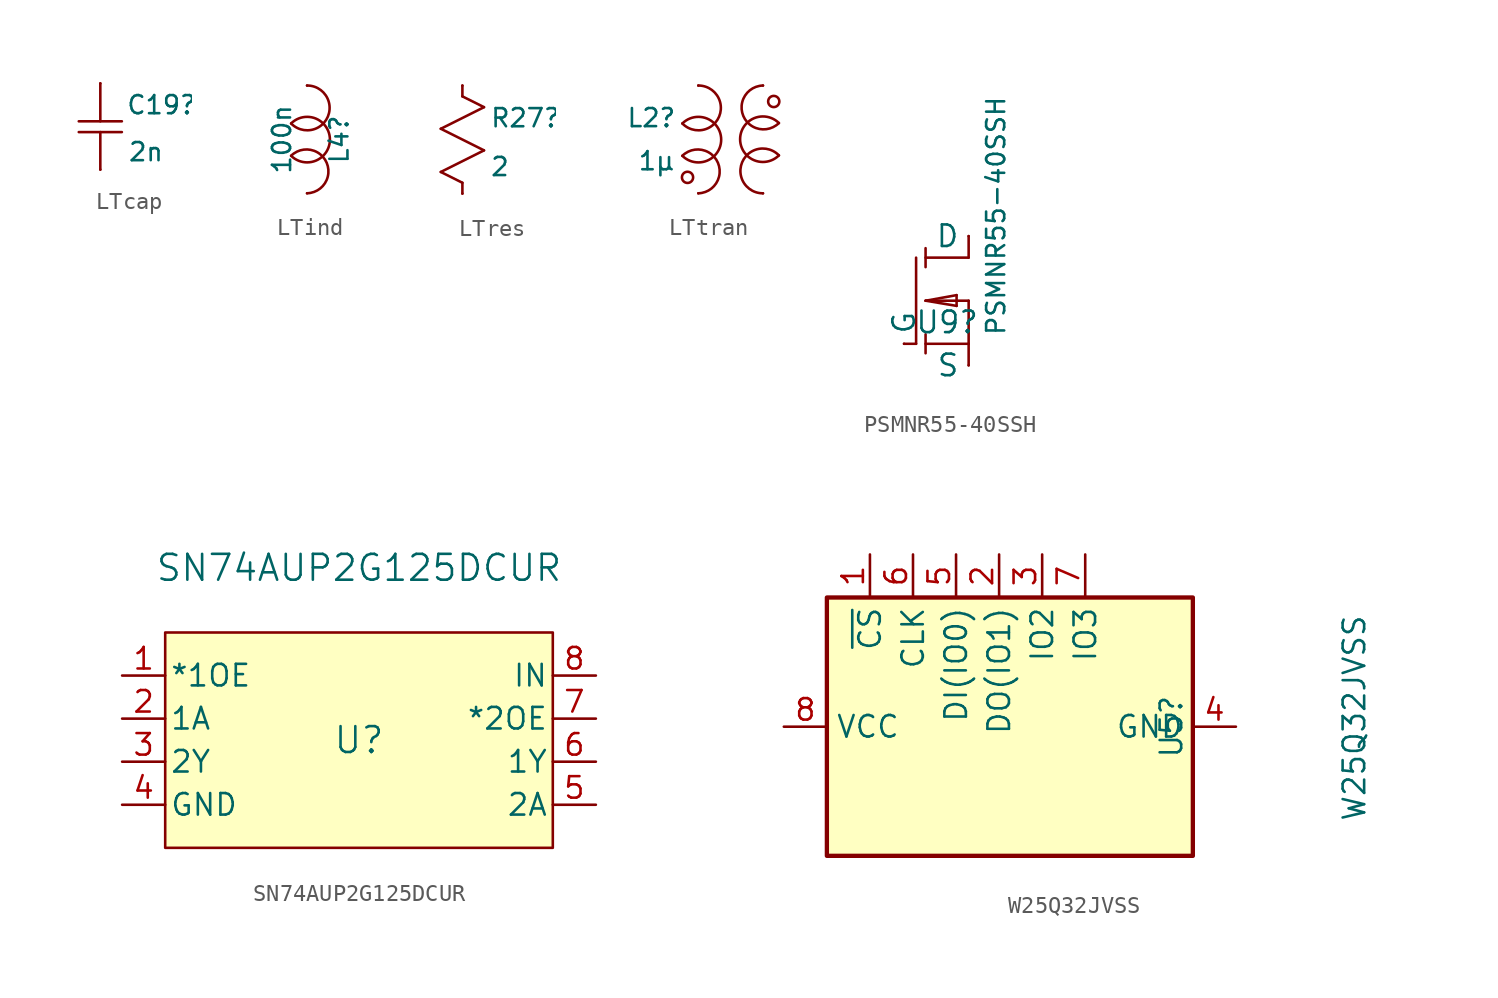
<source format=kicad_sym>
(kicad_symbol_lib
  (version 20231120)
  (generator "kicad_symbol_editor")
  (generator_version "8.0")
  (symbol "LTcap"
    (pin_numbers hide)
    (property "Reference" "C19"
      (at 2.769 -1.27 0)
      (effects (font (size 1.067 1.067)) (justify left)))
    (property "Value" "2n"
      (at 2.87 -4.039 0)
      (effects (font (size 1.067 1.067)) (justify left)))
    (symbol "LTcap_0_0"
      (polyline (pts (xy 1.27 -5.08) (xy 1.27 -2.87)) (stroke (width 0.152) (type solid)) (fill (type none)))
      (polyline (pts (xy 1.27 0) (xy 1.27 -2.235)) (stroke (width 0.152) (type solid)) (fill (type none)))
      (polyline (pts (xy 2.54 -2.87) (xy 0 -2.87)) (stroke (width 0.152) (type solid)) (fill (type none)))
      (polyline (pts (xy 2.54 -2.235) (xy 0 -2.235)) (stroke (width 0.152) (type solid)) (fill (type none)))
      (pin passive line (at 1.27 0 0) (length 0.001) (name "" (effects (font (size 1.27 1.27)))) (number "1" (effects (font (size 1.27 1.27)))))
      (pin passive line (at 1.27 -5.08 0) (length 0.001) (name "" (effects (font (size 1.27 1.27)))) (number "2" (effects (font (size 1.27 1.27)))))))
  (symbol "LTind"
    (pin_numbers hide)
    (property "Reference" "L4"
      (at 2.54 -4.445 90)
      (effects (font (size 1.067 1.067)) (justify top)))
    (property "Value" "100n"
      (at 0.406 -4.445 90)
      (effects (font (size 1.067 1.067)) (justify bottom)))
    (symbol "LTind_0_0"
      (arc (start 0.3302 -5.4102) (mid 2.6171 -4.436) (end 0.3302 -3.5052) (stroke (width 0.1524) (type solid)) (fill (type none)))
      (arc (start 0.3302 -3.5052) (mid 2.518 -3.0472) (end 1.27 -1.27) (stroke (width 0.1524) (type solid)) (fill (type none)))
      (arc (start 1.27 -7.62) (mid 2.4433 -5.864) (end 0.3302 -5.4102) (stroke (width 0.1524) (type solid)) (fill (type none)))
      (pin passive line (at 1.27 -1.27 0) (length 0.001) (name "" (effects (font (size 1.27 1.27)))) (number "1" (effects (font (size 1.27 1.27)))))
      (pin passive line (at 1.27 -7.62 0) (length 0.001) (name "" (effects (font (size 1.27 1.27)))) (number "2" (effects (font (size 1.27 1.27)))))))
  (symbol "LTres"
    (pin_numbers hide)
    (property "Reference" "R27"
      (at 2.87 -3.175 0)
      (effects (font (size 1.067 1.067)) (justify left)))
    (property "Value" "2"
      (at 2.87 -6.045 0)
      (effects (font (size 1.067 1.067)) (justify left)))
    (symbol "LTres_0_0"
      (polyline (pts (xy 0 -6.35) (xy 2.54 -5.08)) (stroke (width 0.152) (type solid)) (fill (type none)))
      (polyline (pts (xy 0 -3.81) (xy 2.54 -2.54)) (stroke (width 0.152) (type solid)) (fill (type none)))
      (polyline (pts (xy 1.27 -7.62) (xy 1.27 -6.985)) (stroke (width 0.152) (type solid)) (fill (type none)))
      (polyline (pts (xy 1.27 -6.985) (xy 0 -6.35)) (stroke (width 0.152) (type solid)) (fill (type none)))
      (polyline (pts (xy 1.27 -1.905) (xy 1.27 -1.27)) (stroke (width 0.152) (type solid)) (fill (type none)))
      (polyline (pts (xy 2.54 -5.08) (xy 0 -3.81)) (stroke (width 0.152) (type solid)) (fill (type none)))
      (polyline (pts (xy 2.54 -2.54) (xy 1.27 -1.905)) (stroke (width 0.152) (type solid)) (fill (type none)))
      (pin passive line (at 1.27 -1.27 0) (length 0.001) (name "" (effects (font (size 1.27 1.27)))) (number "1" (effects (font (size 1.27 1.27)))))
      (pin passive line (at 1.27 -7.62 0) (length 0.001) (name "" (effects (font (size 1.27 1.27)))) (number "2" (effects (font (size 1.27 1.27)))))))
  (symbol "LTtran"
    (pin_numbers hide)
    (property "Reference" "L2"
      (at 0 -3.175 0)
      (effects (font (size 1.067 1.067)) (justify right)))
    (property "Value" "1µ"
      (at 0 -5.715 0)
      (effects (font (size 1.067 1.067)) (justify right)))
    (symbol "LTtran_0_0"
      (arc (start 0.3302 -5.4102) (mid 2.6171 -4.436) (end 0.3302 -3.5052) (stroke (width 0.1524) (type solid)) (fill (type none)))
      (arc (start 0.3302 -3.5052) (mid 2.518 -3.0472) (end 1.27 -1.27) (stroke (width 0.1524) (type solid)) (fill (type none)))
      (circle (center 0.635 -6.68) (radius 0.33) (stroke (width 0.152) (type solid)) (fill (type none)))
      (arc (start 1.27 -7.62) (mid 2.4433 -5.864) (end 0.3302 -5.4102) (stroke (width 0.1524) (type solid)) (fill (type none)))
      (arc (start 5.08 -1.27) (mid 3.9232 -3.0667) (end 6.0198 -3.4798) (stroke (width 0.1524) (type solid)) (fill (type none)))
      (circle (center 5.715 -2.21) (radius 0.33) (stroke (width 0.152) (type solid)) (fill (type none)))
      (arc (start 6.0198 -5.3848) (mid 3.8533 -5.7891) (end 5.08 -7.62) (stroke (width 0.1524) (type solid)) (fill (type none)))
      (arc (start 6.0198 -3.4798) (mid 3.7327 -4.4323) (end 6.0198 -5.3848) (stroke (width 0.1524) (type solid)) (fill (type none)))
      (pin passive line (at 1.27 -1.27 0) (length 0.001) (name "A" (effects (font (size 0 0)))) (number "1" (effects (font (size 1.27 1.27)))))
      (pin passive line (at 1.27 -7.62 0) (length 0.001) (name "B" (effects (font (size 0 0)))) (number "2" (effects (font (size 1.27 1.27))))))
    (symbol "LTtran_1_0"
      (pin passive line (at 5.08 -1.27 180) (length 0.001) (name "B" (effects (font (size 0 0)))) (number "3" (effects (font (size 1.27 1.27)))))
      (pin passive line (at 5.08 -7.62 180) (length 0.001) (name "A" (effects (font (size 0 0)))) (number "4" (effects (font (size 1.27 1.27)))))))
  (symbol "PSMNR55-40SSH"
    (pin_numbers hide)
    (property "Reference" "U9"
      (at 0 0 0)
      (effects (font (size 1.27 1.27))))
    (property "Value" "PSMNR55-40SSH"
      (at 3.505 6.274 90)
      (effects (font (size 1.067 1.067)) (justify bottom)))
    (symbol "PSMNR55-40SSH_0_0"
      (polyline (pts (xy -1.829 -1.27) (xy -2.54 -1.27)) (stroke (width 0.152) (type solid)) (fill (type none)))
      (polyline (pts (xy -1.829 3.81) (xy -1.829 -1.27)) (stroke (width 0.152) (type solid)) (fill (type none)))
      (polyline (pts (xy -1.27 -1.829) (xy -1.27 -0.711)) (stroke (width 0.152) (type solid)) (fill (type none)))
      (polyline (pts (xy -1.27 1.27) (xy 0.559 1.6)) (stroke (width 0.152) (type solid)) (fill (type none)))
      (polyline (pts (xy -1.27 3.251) (xy -1.27 4.369)) (stroke (width 0.152) (type solid)) (fill (type none)))
      (polyline (pts (xy 0.559 0.965) (xy -1.27 1.27)) (stroke (width 0.152) (type solid)) (fill (type none)))
      (polyline (pts (xy 0.559 1.6) (xy 0.559 0.965)) (stroke (width 0.152) (type solid)) (fill (type none)))
      (polyline (pts (xy 1.27 -1.27) (xy -1.27 -1.27)) (stroke (width 0.152) (type solid)) (fill (type none)))
      (polyline (pts (xy 1.27 -1.27) (xy 1.27 -2.54)) (stroke (width 0.152) (type solid)) (fill (type none)))
      (polyline (pts (xy 1.27 1.27) (xy -1.27 1.27)) (stroke (width 0.152) (type solid)) (fill (type none)))
      (polyline (pts (xy 1.27 1.27) (xy 1.27 -1.27)) (stroke (width 0.152) (type solid)) (fill (type none)))
      (polyline (pts (xy 1.27 3.81) (xy -1.27 3.81)) (stroke (width 0.152) (type solid)) (fill (type none)))
      (polyline (pts (xy 1.27 5.08) (xy 1.27 3.81)) (stroke (width 0.152) (type solid)) (fill (type none)))
      (pin passive line (at 1.27 5.08 180) (length 0.001) (name "D" (effects (font (size 1.27 1.27)))) (number "1" (effects (font (size 1.27 1.27)))))
      (pin passive line (at -2.54 -1.27 90) (length 0.001) (name "G" (effects (font (size 1.27 1.27)))) (number "2" (effects (font (size 1.27 1.27)))))
      (pin passive line (at 1.27 -2.54 180) (length 0.001) (name "S" (effects (font (size 1.27 1.27)))) (number "3" (effects (font (size 1.27 1.27)))))))
  (symbol "SN74AUP2G125DCUR"
    (pin_names
      (offset 0.254))
    (property "Reference" "U"
      (at 0 0 0)
      (effects (font (size 1.524 1.524))))
    (property "Value" "SN74AUP2G125DCUR"
      (at 0 10.16 0)
      (effects (font (size 1.524 1.524))))
    (property "ki_locked" ""
      (at 0 0 0)
      (effects (font (size 1.27 1.27))))
    (symbol "SN74AUP2G125DCUR_1_1"
      (rectangle (start -11.43 6.35) (end 11.43 -6.35) (stroke (width 0) (type default)) (fill (type background)))
      (pin input line (at -13.97 3.81 0) (length 2.54) (name "*1OE" (effects (font (size 1.27 1.27)))) (number "1" (effects (font (size 1.27 1.27)))))
      (pin input line (at -13.97 1.27 0) (length 2.54) (name "1A" (effects (font (size 1.27 1.27)))) (number "2" (effects (font (size 1.27 1.27)))))
      (pin output line (at -13.97 -1.27 0) (length 2.54) (name "2Y" (effects (font (size 1.27 1.27)))) (number "3" (effects (font (size 1.27 1.27)))))
      (pin power_in line (at -13.97 -3.81 0) (length 2.54) (name "GND" (effects (font (size 1.27 1.27)))) (number "4" (effects (font (size 1.27 1.27)))))
      (pin input line (at 13.97 -3.81 180) (length 2.54) (name "2A" (effects (font (size 1.27 1.27)))) (number "5" (effects (font (size 1.27 1.27)))))
      (pin output line (at 13.97 -1.27 180) (length 2.54) (name "1Y" (effects (font (size 1.27 1.27)))) (number "6" (effects (font (size 1.27 1.27)))))
      (pin input line (at 13.97 1.27 180) (length 2.54) (name "*2OE" (effects (font (size 1.27 1.27)))) (number "7" (effects (font (size 1.27 1.27)))))
      (pin passive line (at 13.97 3.81 180) (length 2.54) (name "IN" (effects (font (size 1.27 1.27)))) (number "8" (effects (font (size 1.27 1.27)))))))
  (symbol "W25Q32JVSS"
    (property "Reference" "U5"
      (at 9.525 0 90)
      (effects (font (size 1.27 1.27))))
    (property "Value" "W25Q32JVSS"
      (at 20.32 0.508 90)
      (effects (font (size 1.27 1.27))))
    (symbol "W25Q32JVSS_0_1"
      (rectangle (start -10.795 7.62) (end 10.795 -7.62) (stroke (width 0.254) (type default)) (fill (type background))))
    (symbol "W25Q32JVSS_1_1"
      (pin input line (at -8.255 10.16 270) (length 2.54) (name "~{CS}" (effects (font (size 1.27 1.27)))) (number "1" (effects (font (size 1.27 1.27)))))
      (pin bidirectional line (at -0.635 10.16 270) (length 2.54) (name "DO(IO1)" (effects (font (size 1.27 1.27)))) (number "2" (effects (font (size 1.27 1.27)))))
      (pin bidirectional line (at 1.905 10.16 270) (length 2.54) (name "IO2" (effects (font (size 1.27 1.27)))) (number "3" (effects (font (size 1.27 1.27)))))
      (pin power_in line (at 13.335 0 180) (length 2.54) (name "GND" (effects (font (size 1.27 1.27)))) (number "4" (effects (font (size 1.27 1.27)))))
      (pin bidirectional line (at -3.175 10.16 270) (length 2.54) (name "DI(IO0)" (effects (font (size 1.27 1.27)))) (number "5" (effects (font (size 1.27 1.27)))))
      (pin input line (at -5.715 10.16 270) (length 2.54) (name "CLK" (effects (font (size 1.27 1.27)))) (number "6" (effects (font (size 1.27 1.27)))))
      (pin bidirectional line (at 4.445 10.16 270) (length 2.54) (name "IO3" (effects (font (size 1.27 1.27)))) (number "7" (effects (font (size 1.27 1.27)))))
      (pin power_in line (at -13.335 0 0) (length 2.54) (name "VCC" (effects (font (size 1.27 1.27)))) (number "8" (effects (font (size 1.27 1.27))))))))
</source>
